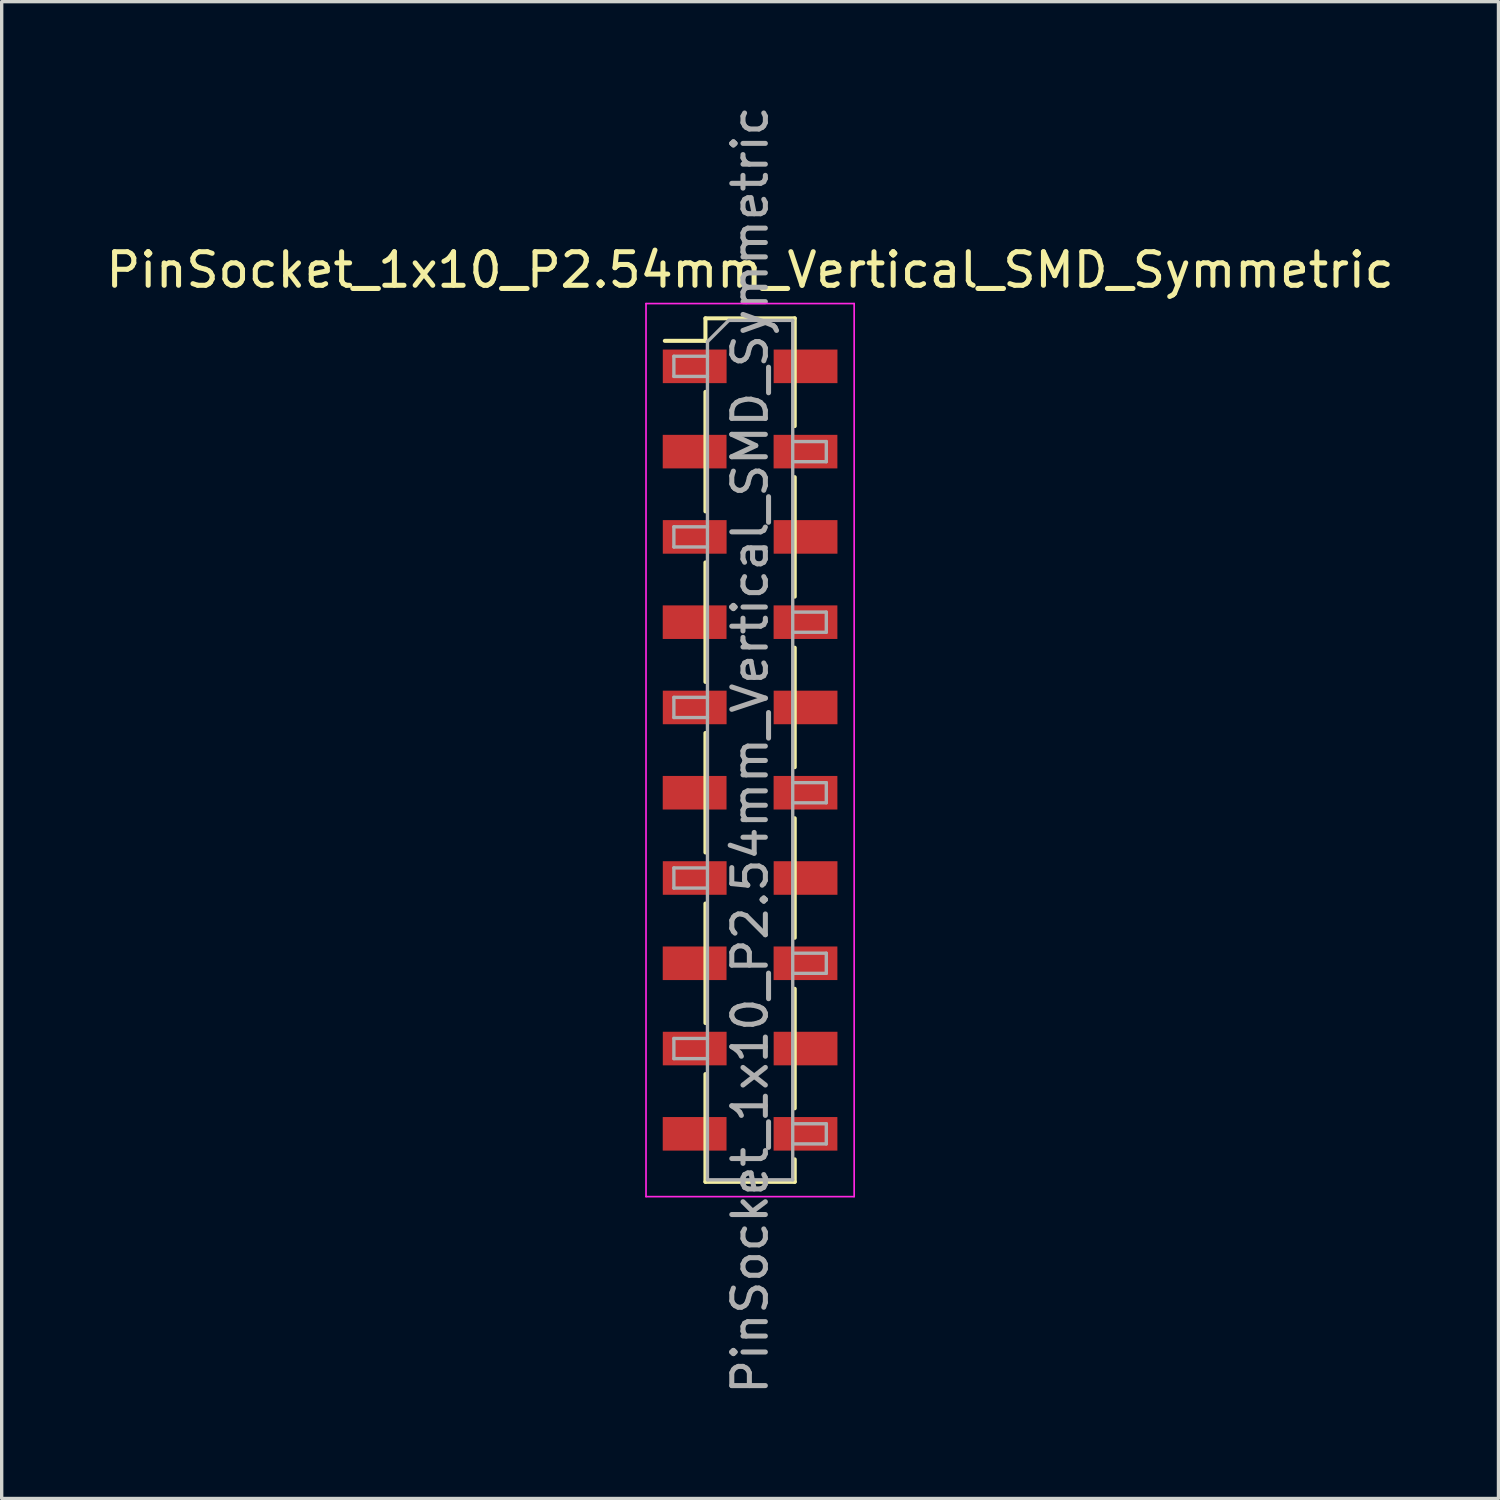
<source format=kicad_pcb>
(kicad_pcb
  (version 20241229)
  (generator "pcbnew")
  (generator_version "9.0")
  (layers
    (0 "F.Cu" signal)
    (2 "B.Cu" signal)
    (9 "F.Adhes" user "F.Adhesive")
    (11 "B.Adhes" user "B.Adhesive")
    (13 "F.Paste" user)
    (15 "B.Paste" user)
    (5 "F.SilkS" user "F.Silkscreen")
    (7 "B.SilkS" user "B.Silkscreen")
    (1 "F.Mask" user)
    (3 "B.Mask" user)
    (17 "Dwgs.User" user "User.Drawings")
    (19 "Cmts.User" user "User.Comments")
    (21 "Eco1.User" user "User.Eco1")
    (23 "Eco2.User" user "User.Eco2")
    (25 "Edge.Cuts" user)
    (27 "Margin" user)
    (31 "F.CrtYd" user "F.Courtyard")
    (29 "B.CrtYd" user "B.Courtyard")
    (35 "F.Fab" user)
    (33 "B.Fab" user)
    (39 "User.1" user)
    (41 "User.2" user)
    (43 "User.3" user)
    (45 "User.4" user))
  (footprint "PinSocket_1x10_P2.54mm_Vertical_SMD_Symmetric"
    (layer "F.Cu")
    (at 19.292 19.292)
    (property "Reference" "PinSocket_1x10_P2.54mm_Vertical_SMD_Symmetric" (at 0 -14.3 0) (layer "F.SilkS") (effects (font (size 1 1) (thickness 0.15))))
    (attr smd)
    (fp_line (start -2.54 -12.19) (end -1.33 -12.19) (stroke (width 0.12) (type solid)) (layer "F.SilkS"))
    (fp_line (start -1.33 -12.86) (end -1.33 -12.19) (stroke (width 0.12) (type solid)) (layer "F.SilkS"))
    (fp_line (start -1.33 -12.86) (end 1.33 -12.86) (stroke (width 0.12) (type solid)) (layer "F.SilkS"))
    (fp_line (start -1.33 -10.67) (end -1.33 -7.11) (stroke (width 0.12) (type solid)) (layer "F.SilkS"))
    (fp_line (start -1.33 -5.59) (end -1.33 -2.03) (stroke (width 0.12) (type solid)) (layer "F.SilkS"))
    (fp_line (start -1.33 -0.51) (end -1.33 3.05) (stroke (width 0.12) (type solid)) (layer "F.SilkS"))
    (fp_line (start -1.33 4.57) (end -1.33 8.13) (stroke (width 0.12) (type solid)) (layer "F.SilkS"))
    (fp_line (start -1.33 9.65) (end -1.33 12.86) (stroke (width 0.12) (type solid)) (layer "F.SilkS"))
    (fp_line (start -1.33 12.86) (end 1.33 12.86) (stroke (width 0.12) (type solid)) (layer "F.SilkS"))
    (fp_line (start 1.33 -12.86) (end 1.33 -9.65) (stroke (width 0.12) (type solid)) (layer "F.SilkS"))
    (fp_line (start 1.33 -8.13) (end 1.33 -4.57) (stroke (width 0.12) (type solid)) (layer "F.SilkS"))
    (fp_line (start 1.33 -3.05) (end 1.33 0.51) (stroke (width 0.12) (type solid)) (layer "F.SilkS"))
    (fp_line (start 1.33 2.03) (end 1.33 5.59) (stroke (width 0.12) (type solid)) (layer "F.SilkS"))
    (fp_line (start 1.33 7.11) (end 1.33 10.67) (stroke (width 0.12) (type solid)) (layer "F.SilkS"))
    (fp_line (start 1.33 12.19) (end 1.33 12.86) (stroke (width 0.12) (type solid)) (layer "F.SilkS"))
    (fp_line (start -3.1 -13.3) (end 3.1 -13.3) (stroke (width 0.05) (type solid)) (layer "F.CrtYd"))
    (fp_line (start -3.1 13.3) (end -3.1 -13.3) (stroke (width 0.05) (type solid)) (layer "F.CrtYd"))
    (fp_line (start 3.1 -13.3) (end 3.1 13.3) (stroke (width 0.05) (type solid)) (layer "F.CrtYd"))
    (fp_line (start 3.1 13.3) (end -3.1 13.3) (stroke (width 0.05) (type solid)) (layer "F.CrtYd"))
    (fp_line (start -2.27 -11.73) (end -1.27 -11.73) (stroke (width 0.1) (type solid)) (layer "F.Fab"))
    (fp_line (start -2.27 -11.13) (end -2.27 -11.73) (stroke (width 0.1) (type solid)) (layer "F.Fab"))
    (fp_line (start -2.27 -6.65) (end -1.27 -6.65) (stroke (width 0.1) (type solid)) (layer "F.Fab"))
    (fp_line (start -2.27 -6.05) (end -2.27 -6.65) (stroke (width 0.1) (type solid)) (layer "F.Fab"))
    (fp_line (start -2.27 -1.57) (end -1.27 -1.57) (stroke (width 0.1) (type solid)) (layer "F.Fab"))
    (fp_line (start -2.27 -0.97) (end -2.27 -1.57) (stroke (width 0.1) (type solid)) (layer "F.Fab"))
    (fp_line (start -2.27 3.51) (end -1.27 3.51) (stroke (width 0.1) (type solid)) (layer "F.Fab"))
    (fp_line (start -2.27 4.11) (end -2.27 3.51) (stroke (width 0.1) (type solid)) (layer "F.Fab"))
    (fp_line (start -2.27 8.59) (end -1.27 8.59) (stroke (width 0.1) (type solid)) (layer "F.Fab"))
    (fp_line (start -2.27 9.19) (end -2.27 8.59) (stroke (width 0.1) (type solid)) (layer "F.Fab"))
    (fp_line (start -1.27 -12.165) (end -0.635 -12.8) (stroke (width 0.1) (type solid)) (layer "F.Fab"))
    (fp_line (start -1.27 -11.13) (end -2.27 -11.13) (stroke (width 0.1) (type solid)) (layer "F.Fab"))
    (fp_line (start -1.27 -6.05) (end -2.27 -6.05) (stroke (width 0.1) (type solid)) (layer "F.Fab"))
    (fp_line (start -1.27 -0.97) (end -2.27 -0.97) (stroke (width 0.1) (type solid)) (layer "F.Fab"))
    (fp_line (start -1.27 4.11) (end -2.27 4.11) (stroke (width 0.1) (type solid)) (layer "F.Fab"))
    (fp_line (start -1.27 9.19) (end -2.27 9.19) (stroke (width 0.1) (type solid)) (layer "F.Fab"))
    (fp_line (start -1.27 12.8) (end -1.27 -12.165) (stroke (width 0.1) (type solid)) (layer "F.Fab"))
    (fp_line (start -0.635 -12.8) (end 1.27 -12.8) (stroke (width 0.1) (type solid)) (layer "F.Fab"))
    (fp_line (start 1.27 -12.8) (end 1.27 12.8) (stroke (width 0.1) (type solid)) (layer "F.Fab"))
    (fp_line (start 1.27 -9.19) (end 2.27 -9.19) (stroke (width 0.1) (type solid)) (layer "F.Fab"))
    (fp_line (start 1.27 -4.11) (end 2.27 -4.11) (stroke (width 0.1) (type solid)) (layer "F.Fab"))
    (fp_line (start 1.27 0.97) (end 2.27 0.97) (stroke (width 0.1) (type solid)) (layer "F.Fab"))
    (fp_line (start 1.27 6.05) (end 2.27 6.05) (stroke (width 0.1) (type solid)) (layer "F.Fab"))
    (fp_line (start 1.27 11.13) (end 2.27 11.13) (stroke (width 0.1) (type solid)) (layer "F.Fab"))
    (fp_line (start 1.27 12.8) (end -1.27 12.8) (stroke (width 0.1) (type solid)) (layer "F.Fab"))
    (fp_line (start 2.27 -9.19) (end 2.27 -8.59) (stroke (width 0.1) (type solid)) (layer "F.Fab"))
    (fp_line (start 2.27 -8.59) (end 1.27 -8.59) (stroke (width 0.1) (type solid)) (layer "F.Fab"))
    (fp_line (start 2.27 -4.11) (end 2.27 -3.51) (stroke (width 0.1) (type solid)) (layer "F.Fab"))
    (fp_line (start 2.27 -3.51) (end 1.27 -3.51) (stroke (width 0.1) (type solid)) (layer "F.Fab"))
    (fp_line (start 2.27 0.97) (end 2.27 1.57) (stroke (width 0.1) (type solid)) (layer "F.Fab"))
    (fp_line (start 2.27 1.57) (end 1.27 1.57) (stroke (width 0.1) (type solid)) (layer "F.Fab"))
    (fp_line (start 2.27 6.05) (end 2.27 6.65) (stroke (width 0.1) (type solid)) (layer "F.Fab"))
    (fp_line (start 2.27 6.65) (end 1.27 6.65) (stroke (width 0.1) (type solid)) (layer "F.Fab"))
    (fp_line (start 2.27 11.13) (end 2.27 11.73) (stroke (width 0.1) (type solid)) (layer "F.Fab"))
    (fp_line (start 2.27 11.73) (end 1.27 11.73) (stroke (width 0.1) (type solid)) (layer "F.Fab"))
    (fp_text user "${REFERENCE}" (at 0 0 90) (layer "F.Fab") (effects (font (size 1 1) (thickness 0.15))))
    (pad "1" smd rect (at -1.65 -11.43) (size 1.9 1) (layers "F.Cu" "F.Mask" "F.Paste"))
    (pad "1" smd rect (at 1.652 -11.43) (size 1.9 1) (layers "F.Cu" "F.Mask" "F.Paste"))
    (pad "2" smd rect (at -1.652 -8.89) (size 1.9 1) (layers "F.Cu" "F.Mask" "F.Paste"))
    (pad "2" smd rect (at 1.65 -8.89) (size 1.9 1) (layers "F.Cu" "F.Mask" "F.Paste"))
    (pad "3" smd rect (at -1.65 -6.35) (size 1.9 1) (layers "F.Cu" "F.Mask" "F.Paste"))
    (pad "3" smd rect (at 1.652 -6.35) (size 1.9 1) (layers "F.Cu" "F.Mask" "F.Paste"))
    (pad "4" smd rect (at -1.652 -3.81) (size 1.9 1) (layers "F.Cu" "F.Mask" "F.Paste"))
    (pad "4" smd rect (at 1.65 -3.81) (size 1.9 1) (layers "F.Cu" "F.Mask" "F.Paste"))
    (pad "5" smd rect (at -1.65 -1.27) (size 1.9 1) (layers "F.Cu" "F.Mask" "F.Paste"))
    (pad "5" smd rect (at 1.652 -1.27) (size 1.9 1) (layers "F.Cu" "F.Mask" "F.Paste"))
    (pad "6" smd rect (at -1.652 1.27) (size 1.9 1) (layers "F.Cu" "F.Mask" "F.Paste"))
    (pad "6" smd rect (at 1.65 1.27) (size 1.9 1) (layers "F.Cu" "F.Mask" "F.Paste"))
    (pad "7" smd rect (at -1.65 3.81) (size 1.9 1) (layers "F.Cu" "F.Mask" "F.Paste"))
    (pad "7" smd rect (at 1.652 3.81) (size 1.9 1) (layers "F.Cu" "F.Mask" "F.Paste"))
    (pad "8" smd rect (at -1.652 6.35) (size 1.9 1) (layers "F.Cu" "F.Mask" "F.Paste"))
    (pad "8" smd rect (at 1.65 6.35) (size 1.9 1) (layers "F.Cu" "F.Mask" "F.Paste"))
    (pad "9" smd rect (at -1.65 8.89) (size 1.9 1) (layers "F.Cu" "F.Mask" "F.Paste"))
    (pad "9" smd rect (at 1.652 8.89) (size 1.9 1) (layers "F.Cu" "F.Mask" "F.Paste"))
    (pad "10" smd rect (at -1.652 11.43) (size 1.9 1) (layers "F.Cu" "F.Mask" "F.Paste"))
    (pad "10" smd rect (at 1.65 11.43) (size 1.9 1) (layers "F.Cu" "F.Mask" "F.Paste")))
  (gr_rect
    (start -3 -3)
    (end 41.583 41.583)
    (stroke (width 0.1) (type default))
    (fill no)
    (layer "Edge.Cuts")))
</source>
